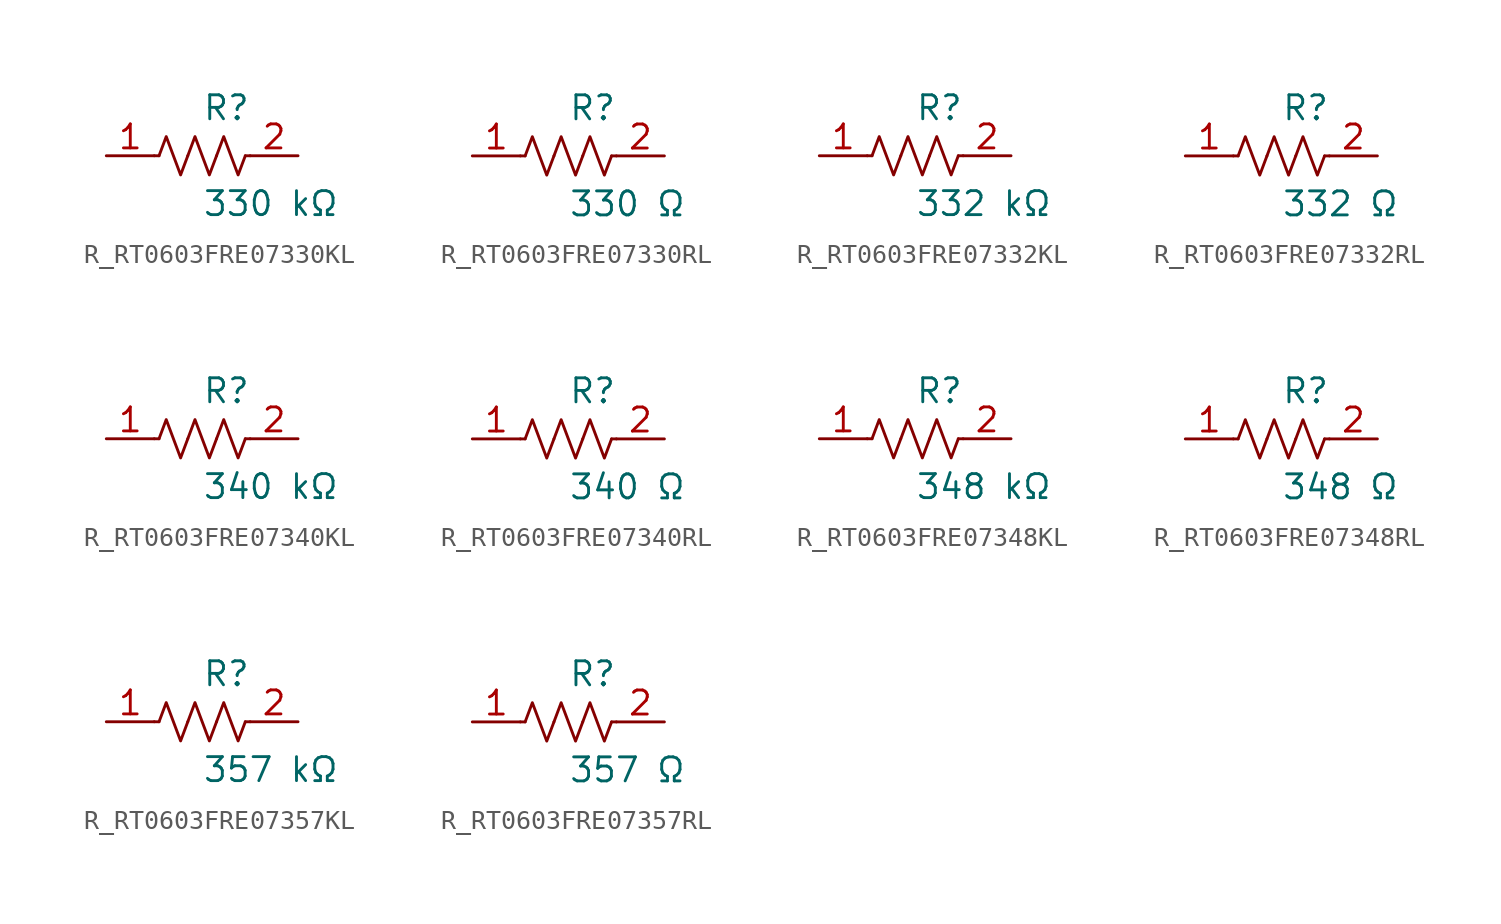
<source format=kicad_sym>
(kicad_symbol_lib
  (version 20231120)
  (generator kicad_symbol_editor)
  (generator_version 8.0)
  (symbol "R_RT0603FRE07330KL"
    (pin_names
      (offset 0.254))
    (property "Reference" "R"
      (at 0.0 2.54 0)
      (effects (font (size 1.27 1.27)) (justify left)))
    (property "Value" "330 kΩ"
      (at 0.0 -2.54 0)
      (effects (font (size 1.27 1.27)) (justify left)))
    (symbol "R_RT0603FRE07330KL_0_1"
      (polyline (pts (xy 2.286 0) (xy 2.54 0)) (stroke (width 0) (type default)) (fill (type none)))
      (polyline (pts (xy -2.286 0) (xy -2.54 0)) (stroke (width 0) (type default)) (fill (type none)))
      (polyline (pts (xy 0.762 0) (xy 1.143 1.016) (xy 1.524 0) (xy 1.905 -1.016) (xy 2.286 0)) (stroke (width 0) (type default)) (fill (type none)))
      (polyline (pts (xy -0.762 0) (xy -0.381 1.016) (xy 0 0) (xy 0.381 -1.016) (xy 0.762 0)) (stroke (width 0) (type default)) (fill (type none)))
      (polyline (pts (xy -2.286 0) (xy -1.905 1.016) (xy -1.524 0) (xy -1.143 -1.016) (xy -0.762 0)) (stroke (width 0) (type default)) (fill (type none))))
    (pin unspecified line
      (at -5.08 0 0)
      (length 2.54)
      (name "" (effects (font (size 1.27 1.27))))
      (number "1" (effects (font (size 1.27 1.27)))))
    (pin unspecified line
      (at 5.08 0 180)
      (length 2.54)
      (name "" (effects (font (size 1.27 1.27))))
      (number "2" (effects (font (size 1.27 1.27))))))
  (symbol "R_RT0603FRE07330RL"
    (pin_names
      (offset 0.254))
    (property "Reference" "R"
      (at 0.0 2.54 0)
      (effects (font (size 1.27 1.27)) (justify left)))
    (property "Value" "330 Ω"
      (at 0.0 -2.54 0)
      (effects (font (size 1.27 1.27)) (justify left)))
    (symbol "R_RT0603FRE07330RL_0_1"
      (polyline (pts (xy 2.286 0) (xy 2.54 0)) (stroke (width 0) (type default)) (fill (type none)))
      (polyline (pts (xy -2.286 0) (xy -2.54 0)) (stroke (width 0) (type default)) (fill (type none)))
      (polyline (pts (xy 0.762 0) (xy 1.143 1.016) (xy 1.524 0) (xy 1.905 -1.016) (xy 2.286 0)) (stroke (width 0) (type default)) (fill (type none)))
      (polyline (pts (xy -0.762 0) (xy -0.381 1.016) (xy 0 0) (xy 0.381 -1.016) (xy 0.762 0)) (stroke (width 0) (type default)) (fill (type none)))
      (polyline (pts (xy -2.286 0) (xy -1.905 1.016) (xy -1.524 0) (xy -1.143 -1.016) (xy -0.762 0)) (stroke (width 0) (type default)) (fill (type none))))
    (pin unspecified line
      (at -5.08 0 0)
      (length 2.54)
      (name "" (effects (font (size 1.27 1.27))))
      (number "1" (effects (font (size 1.27 1.27)))))
    (pin unspecified line
      (at 5.08 0 180)
      (length 2.54)
      (name "" (effects (font (size 1.27 1.27))))
      (number "2" (effects (font (size 1.27 1.27))))))
  (symbol "R_RT0603FRE07332KL"
    (pin_names
      (offset 0.254))
    (property "Reference" "R"
      (at 0.0 2.54 0)
      (effects (font (size 1.27 1.27)) (justify left)))
    (property "Value" "332 kΩ"
      (at 0.0 -2.54 0)
      (effects (font (size 1.27 1.27)) (justify left)))
    (symbol "R_RT0603FRE07332KL_0_1"
      (polyline (pts (xy 2.286 0) (xy 2.54 0)) (stroke (width 0) (type default)) (fill (type none)))
      (polyline (pts (xy -2.286 0) (xy -2.54 0)) (stroke (width 0) (type default)) (fill (type none)))
      (polyline (pts (xy 0.762 0) (xy 1.143 1.016) (xy 1.524 0) (xy 1.905 -1.016) (xy 2.286 0)) (stroke (width 0) (type default)) (fill (type none)))
      (polyline (pts (xy -0.762 0) (xy -0.381 1.016) (xy 0 0) (xy 0.381 -1.016) (xy 0.762 0)) (stroke (width 0) (type default)) (fill (type none)))
      (polyline (pts (xy -2.286 0) (xy -1.905 1.016) (xy -1.524 0) (xy -1.143 -1.016) (xy -0.762 0)) (stroke (width 0) (type default)) (fill (type none))))
    (pin unspecified line
      (at -5.08 0 0)
      (length 2.54)
      (name "" (effects (font (size 1.27 1.27))))
      (number "1" (effects (font (size 1.27 1.27)))))
    (pin unspecified line
      (at 5.08 0 180)
      (length 2.54)
      (name "" (effects (font (size 1.27 1.27))))
      (number "2" (effects (font (size 1.27 1.27))))))
  (symbol "R_RT0603FRE07332RL"
    (pin_names
      (offset 0.254))
    (property "Reference" "R"
      (at 0.0 2.54 0)
      (effects (font (size 1.27 1.27)) (justify left)))
    (property "Value" "332 Ω"
      (at 0.0 -2.54 0)
      (effects (font (size 1.27 1.27)) (justify left)))
    (symbol "R_RT0603FRE07332RL_0_1"
      (polyline (pts (xy 2.286 0) (xy 2.54 0)) (stroke (width 0) (type default)) (fill (type none)))
      (polyline (pts (xy -2.286 0) (xy -2.54 0)) (stroke (width 0) (type default)) (fill (type none)))
      (polyline (pts (xy 0.762 0) (xy 1.143 1.016) (xy 1.524 0) (xy 1.905 -1.016) (xy 2.286 0)) (stroke (width 0) (type default)) (fill (type none)))
      (polyline (pts (xy -0.762 0) (xy -0.381 1.016) (xy 0 0) (xy 0.381 -1.016) (xy 0.762 0)) (stroke (width 0) (type default)) (fill (type none)))
      (polyline (pts (xy -2.286 0) (xy -1.905 1.016) (xy -1.524 0) (xy -1.143 -1.016) (xy -0.762 0)) (stroke (width 0) (type default)) (fill (type none))))
    (pin unspecified line
      (at -5.08 0 0)
      (length 2.54)
      (name "" (effects (font (size 1.27 1.27))))
      (number "1" (effects (font (size 1.27 1.27)))))
    (pin unspecified line
      (at 5.08 0 180)
      (length 2.54)
      (name "" (effects (font (size 1.27 1.27))))
      (number "2" (effects (font (size 1.27 1.27))))))
  (symbol "R_RT0603FRE07340KL"
    (pin_names
      (offset 0.254))
    (property "Reference" "R"
      (at 0.0 2.54 0)
      (effects (font (size 1.27 1.27)) (justify left)))
    (property "Value" "340 kΩ"
      (at 0.0 -2.54 0)
      (effects (font (size 1.27 1.27)) (justify left)))
    (symbol "R_RT0603FRE07340KL_0_1"
      (polyline (pts (xy 2.286 0) (xy 2.54 0)) (stroke (width 0) (type default)) (fill (type none)))
      (polyline (pts (xy -2.286 0) (xy -2.54 0)) (stroke (width 0) (type default)) (fill (type none)))
      (polyline (pts (xy 0.762 0) (xy 1.143 1.016) (xy 1.524 0) (xy 1.905 -1.016) (xy 2.286 0)) (stroke (width 0) (type default)) (fill (type none)))
      (polyline (pts (xy -0.762 0) (xy -0.381 1.016) (xy 0 0) (xy 0.381 -1.016) (xy 0.762 0)) (stroke (width 0) (type default)) (fill (type none)))
      (polyline (pts (xy -2.286 0) (xy -1.905 1.016) (xy -1.524 0) (xy -1.143 -1.016) (xy -0.762 0)) (stroke (width 0) (type default)) (fill (type none))))
    (pin unspecified line
      (at -5.08 0 0)
      (length 2.54)
      (name "" (effects (font (size 1.27 1.27))))
      (number "1" (effects (font (size 1.27 1.27)))))
    (pin unspecified line
      (at 5.08 0 180)
      (length 2.54)
      (name "" (effects (font (size 1.27 1.27))))
      (number "2" (effects (font (size 1.27 1.27))))))
  (symbol "R_RT0603FRE07340RL"
    (pin_names
      (offset 0.254))
    (property "Reference" "R"
      (at 0.0 2.54 0)
      (effects (font (size 1.27 1.27)) (justify left)))
    (property "Value" "340 Ω"
      (at 0.0 -2.54 0)
      (effects (font (size 1.27 1.27)) (justify left)))
    (symbol "R_RT0603FRE07340RL_0_1"
      (polyline (pts (xy 2.286 0) (xy 2.54 0)) (stroke (width 0) (type default)) (fill (type none)))
      (polyline (pts (xy -2.286 0) (xy -2.54 0)) (stroke (width 0) (type default)) (fill (type none)))
      (polyline (pts (xy 0.762 0) (xy 1.143 1.016) (xy 1.524 0) (xy 1.905 -1.016) (xy 2.286 0)) (stroke (width 0) (type default)) (fill (type none)))
      (polyline (pts (xy -0.762 0) (xy -0.381 1.016) (xy 0 0) (xy 0.381 -1.016) (xy 0.762 0)) (stroke (width 0) (type default)) (fill (type none)))
      (polyline (pts (xy -2.286 0) (xy -1.905 1.016) (xy -1.524 0) (xy -1.143 -1.016) (xy -0.762 0)) (stroke (width 0) (type default)) (fill (type none))))
    (pin unspecified line
      (at -5.08 0 0)
      (length 2.54)
      (name "" (effects (font (size 1.27 1.27))))
      (number "1" (effects (font (size 1.27 1.27)))))
    (pin unspecified line
      (at 5.08 0 180)
      (length 2.54)
      (name "" (effects (font (size 1.27 1.27))))
      (number "2" (effects (font (size 1.27 1.27))))))
  (symbol "R_RT0603FRE07348KL"
    (pin_names
      (offset 0.254))
    (property "Reference" "R"
      (at 0.0 2.54 0)
      (effects (font (size 1.27 1.27)) (justify left)))
    (property "Value" "348 kΩ"
      (at 0.0 -2.54 0)
      (effects (font (size 1.27 1.27)) (justify left)))
    (symbol "R_RT0603FRE07348KL_0_1"
      (polyline (pts (xy 2.286 0) (xy 2.54 0)) (stroke (width 0) (type default)) (fill (type none)))
      (polyline (pts (xy -2.286 0) (xy -2.54 0)) (stroke (width 0) (type default)) (fill (type none)))
      (polyline (pts (xy 0.762 0) (xy 1.143 1.016) (xy 1.524 0) (xy 1.905 -1.016) (xy 2.286 0)) (stroke (width 0) (type default)) (fill (type none)))
      (polyline (pts (xy -0.762 0) (xy -0.381 1.016) (xy 0 0) (xy 0.381 -1.016) (xy 0.762 0)) (stroke (width 0) (type default)) (fill (type none)))
      (polyline (pts (xy -2.286 0) (xy -1.905 1.016) (xy -1.524 0) (xy -1.143 -1.016) (xy -0.762 0)) (stroke (width 0) (type default)) (fill (type none))))
    (pin unspecified line
      (at -5.08 0 0)
      (length 2.54)
      (name "" (effects (font (size 1.27 1.27))))
      (number "1" (effects (font (size 1.27 1.27)))))
    (pin unspecified line
      (at 5.08 0 180)
      (length 2.54)
      (name "" (effects (font (size 1.27 1.27))))
      (number "2" (effects (font (size 1.27 1.27))))))
  (symbol "R_RT0603FRE07348RL"
    (pin_names
      (offset 0.254))
    (property "Reference" "R"
      (at 0.0 2.54 0)
      (effects (font (size 1.27 1.27)) (justify left)))
    (property "Value" "348 Ω"
      (at 0.0 -2.54 0)
      (effects (font (size 1.27 1.27)) (justify left)))
    (symbol "R_RT0603FRE07348RL_0_1"
      (polyline (pts (xy 2.286 0) (xy 2.54 0)) (stroke (width 0) (type default)) (fill (type none)))
      (polyline (pts (xy -2.286 0) (xy -2.54 0)) (stroke (width 0) (type default)) (fill (type none)))
      (polyline (pts (xy 0.762 0) (xy 1.143 1.016) (xy 1.524 0) (xy 1.905 -1.016) (xy 2.286 0)) (stroke (width 0) (type default)) (fill (type none)))
      (polyline (pts (xy -0.762 0) (xy -0.381 1.016) (xy 0 0) (xy 0.381 -1.016) (xy 0.762 0)) (stroke (width 0) (type default)) (fill (type none)))
      (polyline (pts (xy -2.286 0) (xy -1.905 1.016) (xy -1.524 0) (xy -1.143 -1.016) (xy -0.762 0)) (stroke (width 0) (type default)) (fill (type none))))
    (pin unspecified line
      (at -5.08 0 0)
      (length 2.54)
      (name "" (effects (font (size 1.27 1.27))))
      (number "1" (effects (font (size 1.27 1.27)))))
    (pin unspecified line
      (at 5.08 0 180)
      (length 2.54)
      (name "" (effects (font (size 1.27 1.27))))
      (number "2" (effects (font (size 1.27 1.27))))))
  (symbol "R_RT0603FRE07357KL"
    (pin_names
      (offset 0.254))
    (property "Reference" "R"
      (at 0.0 2.54 0)
      (effects (font (size 1.27 1.27)) (justify left)))
    (property "Value" "357 kΩ"
      (at 0.0 -2.54 0)
      (effects (font (size 1.27 1.27)) (justify left)))
    (symbol "R_RT0603FRE07357KL_0_1"
      (polyline (pts (xy 2.286 0) (xy 2.54 0)) (stroke (width 0) (type default)) (fill (type none)))
      (polyline (pts (xy -2.286 0) (xy -2.54 0)) (stroke (width 0) (type default)) (fill (type none)))
      (polyline (pts (xy 0.762 0) (xy 1.143 1.016) (xy 1.524 0) (xy 1.905 -1.016) (xy 2.286 0)) (stroke (width 0) (type default)) (fill (type none)))
      (polyline (pts (xy -0.762 0) (xy -0.381 1.016) (xy 0 0) (xy 0.381 -1.016) (xy 0.762 0)) (stroke (width 0) (type default)) (fill (type none)))
      (polyline (pts (xy -2.286 0) (xy -1.905 1.016) (xy -1.524 0) (xy -1.143 -1.016) (xy -0.762 0)) (stroke (width 0) (type default)) (fill (type none))))
    (pin unspecified line
      (at -5.08 0 0)
      (length 2.54)
      (name "" (effects (font (size 1.27 1.27))))
      (number "1" (effects (font (size 1.27 1.27)))))
    (pin unspecified line
      (at 5.08 0 180)
      (length 2.54)
      (name "" (effects (font (size 1.27 1.27))))
      (number "2" (effects (font (size 1.27 1.27))))))
  (symbol "R_RT0603FRE07357RL"
    (pin_names
      (offset 0.254))
    (property "Reference" "R"
      (at 0.0 2.54 0)
      (effects (font (size 1.27 1.27)) (justify left)))
    (property "Value" "357 Ω"
      (at 0.0 -2.54 0)
      (effects (font (size 1.27 1.27)) (justify left)))
    (symbol "R_RT0603FRE07357RL_0_1"
      (polyline (pts (xy 2.286 0) (xy 2.54 0)) (stroke (width 0) (type default)) (fill (type none)))
      (polyline (pts (xy -2.286 0) (xy -2.54 0)) (stroke (width 0) (type default)) (fill (type none)))
      (polyline (pts (xy 0.762 0) (xy 1.143 1.016) (xy 1.524 0) (xy 1.905 -1.016) (xy 2.286 0)) (stroke (width 0) (type default)) (fill (type none)))
      (polyline (pts (xy -0.762 0) (xy -0.381 1.016) (xy 0 0) (xy 0.381 -1.016) (xy 0.762 0)) (stroke (width 0) (type default)) (fill (type none)))
      (polyline (pts (xy -2.286 0) (xy -1.905 1.016) (xy -1.524 0) (xy -1.143 -1.016) (xy -0.762 0)) (stroke (width 0) (type default)) (fill (type none))))
    (pin unspecified line
      (at -5.08 0 0)
      (length 2.54)
      (name "" (effects (font (size 1.27 1.27))))
      (number "1" (effects (font (size 1.27 1.27)))))
    (pin unspecified line
      (at 5.08 0 180)
      (length 2.54)
      (name "" (effects (font (size 1.27 1.27))))
      (number "2" (effects (font (size 1.27 1.27)))))))
</source>
